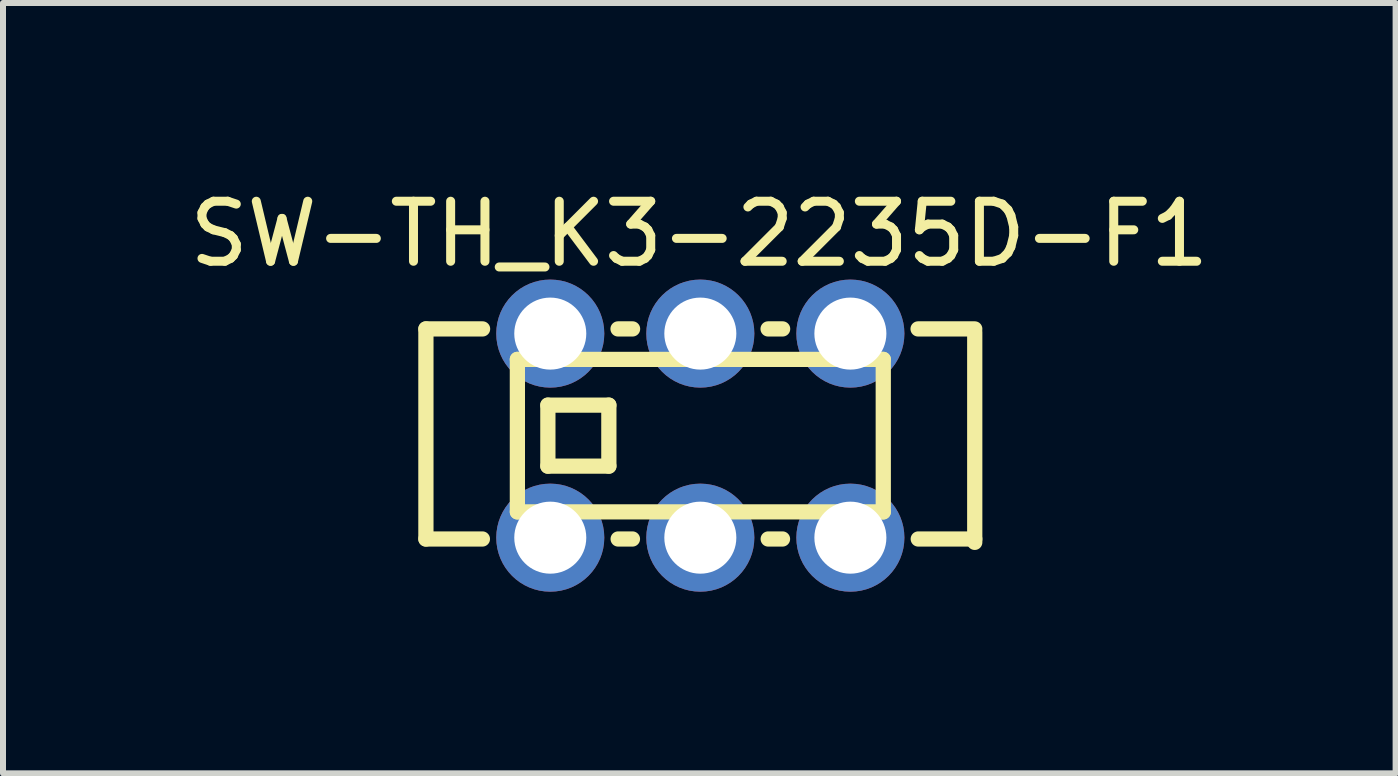
<source format=kicad_pcb>
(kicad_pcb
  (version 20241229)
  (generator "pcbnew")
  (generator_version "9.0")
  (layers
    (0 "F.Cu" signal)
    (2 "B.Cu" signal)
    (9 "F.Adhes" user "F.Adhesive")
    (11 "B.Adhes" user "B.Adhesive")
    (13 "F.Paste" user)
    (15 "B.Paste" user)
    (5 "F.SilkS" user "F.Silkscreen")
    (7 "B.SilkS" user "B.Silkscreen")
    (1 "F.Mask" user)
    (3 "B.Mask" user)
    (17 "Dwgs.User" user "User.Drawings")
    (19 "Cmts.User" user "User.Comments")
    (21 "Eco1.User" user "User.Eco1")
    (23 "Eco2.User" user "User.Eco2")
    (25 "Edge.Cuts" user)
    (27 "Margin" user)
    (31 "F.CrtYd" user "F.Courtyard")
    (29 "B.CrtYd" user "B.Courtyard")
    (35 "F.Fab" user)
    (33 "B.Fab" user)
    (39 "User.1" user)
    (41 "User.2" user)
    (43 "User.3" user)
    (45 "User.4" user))
  (footprint "SW-TH_K3-2235D-F1"
    (layer "F.Cu")
    (at 8.618 4.208)
    (property "Reference" "SW-TH_K3-2235D-F1" (at -0.017 -3.36 0) (layer "F.SilkS") (effects (font (size 1 1) (thickness 0.15))))
    (fp_line (start -4.572 -1.778) (end -3.628 -1.778) (stroke (width 0.254) (type default)) (layer "F.SilkS"))
    (fp_line (start -4.572 1.722) (end -4.572 -1.778) (stroke (width 0.254) (type default)) (layer "F.SilkS"))
    (fp_line (start -4.572 1.722) (end -3.631 1.722) (stroke (width 0.254) (type default)) (layer "F.SilkS"))
    (fp_line (start -3.048 -1.27) (end 3.048 -1.27) (stroke (width 0.254) (type default)) (layer "F.SilkS"))
    (fp_line (start -3.048 1.27) (end -3.048 -1.27) (stroke (width 0.254) (type default)) (layer "F.SilkS"))
    (fp_line (start -2.54 -0.508) (end -1.524 -0.508) (stroke (width 0.254) (type default)) (layer "F.SilkS"))
    (fp_line (start -2.54 0.508) (end -2.54 -0.508) (stroke (width 0.254) (type default)) (layer "F.SilkS"))
    (fp_line (start -1.524 -0.508) (end -1.524 0.508) (stroke (width 0.254) (type default)) (layer "F.SilkS"))
    (fp_line (start -1.524 0.508) (end -2.54 0.508) (stroke (width 0.254) (type default)) (layer "F.SilkS"))
    (fp_line (start -1.371 -1.778) (end -1.129 -1.778) (stroke (width 0.254) (type default)) (layer "F.SilkS"))
    (fp_line (start -1.369 1.722) (end -1.131 1.722) (stroke (width 0.254) (type default)) (layer "F.SilkS"))
    (fp_line (start 1.129 -1.778) (end 1.371 -1.778) (stroke (width 0.254) (type default)) (layer "F.SilkS"))
    (fp_line (start 1.131 1.722) (end 1.369 1.722) (stroke (width 0.254) (type default)) (layer "F.SilkS"))
    (fp_line (start 3.048 -1.27) (end 3.048 1.27) (stroke (width 0.254) (type default)) (layer "F.SilkS"))
    (fp_line (start 3.048 1.27) (end -3.048 1.27) (stroke (width 0.254) (type default)) (layer "F.SilkS"))
    (fp_line (start 3.628 -1.778) (end 4.572 -1.778) (stroke (width 0.254) (type default)) (layer "F.SilkS"))
    (fp_line (start 3.631 1.722) (end 4.572 1.722) (stroke (width 0.254) (type default)) (layer "F.SilkS"))
    (fp_line (start 4.572 -1.722) (end 4.572 1.778) (stroke (width 0.254) (type default)) (layer "F.SilkS"))
    (fp_poly (pts (xy -2 -1.7) (xy -2.02 -1.841) (xy -2.079 -1.97) (xy -2.173 -2.078) (xy -2.292 -2.155) (xy -2.429 -2.195) (xy -2.571 -2.195) (xy -2.708 -2.155) (xy -2.827 -2.078) (xy -2.921 -1.97) (xy -2.98 -1.841) (xy -3 -1.7) (xy -2.98 -1.559) (xy -2.921 -1.43) (xy -2.827 -1.322) (xy -2.708 -1.245) (xy -2.571 -1.205) (xy -2.429 -1.205) (xy -2.292 -1.245) (xy -2.173 -1.322) (xy -2.079 -1.43) (xy -2.02 -1.559)) (stroke (width 0.1) (type default)) (fill no) (layer "User.1"))
    (fp_poly (pts (xy -2 1.7) (xy -2.02 1.559) (xy -2.079 1.43) (xy -2.173 1.322) (xy -2.292 1.245) (xy -2.429 1.205) (xy -2.571 1.205) (xy -2.708 1.245) (xy -2.827 1.322) (xy -2.921 1.43) (xy -2.98 1.559) (xy -3 1.7) (xy -2.98 1.841) (xy -2.921 1.97) (xy -2.827 2.078) (xy -2.708 2.155) (xy -2.571 2.195) (xy -2.429 2.195) (xy -2.292 2.155) (xy -2.173 2.078) (xy -2.079 1.97) (xy -2.02 1.841)) (stroke (width 0.1) (type default)) (fill no) (layer "User.1"))
    (fp_poly (pts (xy 0.5 -1.7) (xy 0.48 -1.841) (xy 0.421 -1.97) (xy 0.327 -2.078) (xy 0.208 -2.155) (xy 0.071 -2.195) (xy -0.071 -2.195) (xy -0.208 -2.155) (xy -0.327 -2.078) (xy -0.421 -1.97) (xy -0.48 -1.841) (xy -0.5 -1.7) (xy -0.48 -1.559) (xy -0.421 -1.43) (xy -0.327 -1.322) (xy -0.208 -1.245) (xy -0.071 -1.205) (xy 0.071 -1.205) (xy 0.208 -1.245) (xy 0.327 -1.322) (xy 0.421 -1.43) (xy 0.48 -1.559)) (stroke (width 0.1) (type default)) (fill no) (layer "User.1"))
    (fp_poly (pts (xy 0.5 1.7) (xy 0.48 1.559) (xy 0.421 1.43) (xy 0.327 1.322) (xy 0.208 1.245) (xy 0.071 1.205) (xy -0.071 1.205) (xy -0.208 1.245) (xy -0.327 1.322) (xy -0.421 1.43) (xy -0.48 1.559) (xy -0.5 1.7) (xy -0.48 1.841) (xy -0.421 1.97) (xy -0.327 2.078) (xy -0.208 2.155) (xy -0.071 2.195) (xy 0.071 2.195) (xy 0.208 2.155) (xy 0.327 2.078) (xy 0.421 1.97) (xy 0.48 1.841)) (stroke (width 0.1) (type default)) (fill no) (layer "User.1"))
    (fp_poly (pts (xy 3 -1.7) (xy 2.98 -1.841) (xy 2.921 -1.97) (xy 2.827 -2.078) (xy 2.708 -2.155) (xy 2.571 -2.195) (xy 2.429 -2.195) (xy 2.292 -2.155) (xy 2.173 -2.078) (xy 2.079 -1.97) (xy 2.02 -1.841) (xy 2 -1.7) (xy 2.02 -1.559) (xy 2.079 -1.43) (xy 2.173 -1.322) (xy 2.292 -1.245) (xy 2.429 -1.205) (xy 2.571 -1.205) (xy 2.708 -1.245) (xy 2.827 -1.322) (xy 2.921 -1.43) (xy 2.98 -1.559)) (stroke (width 0.1) (type default)) (fill no) (layer "User.1"))
    (fp_poly (pts (xy 3 1.7) (xy 2.98 1.559) (xy 2.921 1.43) (xy 2.827 1.322) (xy 2.708 1.245) (xy 2.571 1.205) (xy 2.429 1.205) (xy 2.292 1.245) (xy 2.173 1.322) (xy 2.079 1.43) (xy 2.02 1.559) (xy 2 1.7) (xy 2.02 1.841) (xy 2.079 1.97) (xy 2.173 2.078) (xy 2.292 2.155) (xy 2.429 2.195) (xy 2.571 2.195) (xy 2.708 2.155) (xy 2.827 2.078) (xy 2.921 1.97) (xy 2.98 1.841)) (stroke (width 0.1) (type default)) (fill no) (layer "User.1"))
    (fp_line (start -4.699 -2.6) (end 4.699 -2.6) (stroke (width 0.051) (type default)) (layer "User.2"))
    (fp_line (start -4.699 2.6) (end -4.699 -2.6) (stroke (width 0.051) (type default)) (layer "User.2"))
    (fp_line (start 4.699 -2.6) (end 4.699 2.6) (stroke (width 0.051) (type default)) (layer "User.2"))
    (fp_line (start 4.699 2.6) (end -4.699 2.6) (stroke (width 0.051) (type default)) (layer "User.2"))
    (fp_poly (pts (xy -4.639 -2.6) (xy -4.657 -2.642) (xy -4.699 -2.66) (xy -4.741 -2.642) (xy -4.759 -2.6) (xy -4.741 -2.558) (xy -4.699 -2.54) (xy -4.657 -2.558)) (stroke (width 0.1) (type default)) (fill no) (layer "User.3"))
    (pad "1" thru_hole circle (at -2.5 -1.7 180) (size 1.8 1.8) (drill 1.2) (layers "*.Cu" "*.Mask"))
    (pad "2" thru_hole circle (at 0 -1.7 180) (size 1.8 1.8) (drill 1.2) (layers "*.Cu" "*.Mask"))
    (pad "3" thru_hole circle (at 2.5 -1.7 180) (size 1.8 1.8) (drill 1.2) (layers "*.Cu" "*.Mask"))
    (pad "4" thru_hole circle (at -2.5 1.7 180) (size 1.8 1.8) (drill 1.2) (layers "*.Cu" "*.Mask"))
    (pad "5" thru_hole circle (at 0 1.7 180) (size 1.8 1.8) (drill 1.2) (layers "*.Cu" "*.Mask"))
    (pad "6" thru_hole circle (at 2.5 1.7 180) (size 1.8 1.8) (drill 1.2) (layers "*.Cu" "*.Mask")))
  (gr_rect
    (start -3 -3)
    (end 20.202 9.834)
    (stroke (width 0.1) (type default))
    (fill no)
    (layer "Edge.Cuts")))
</source>
